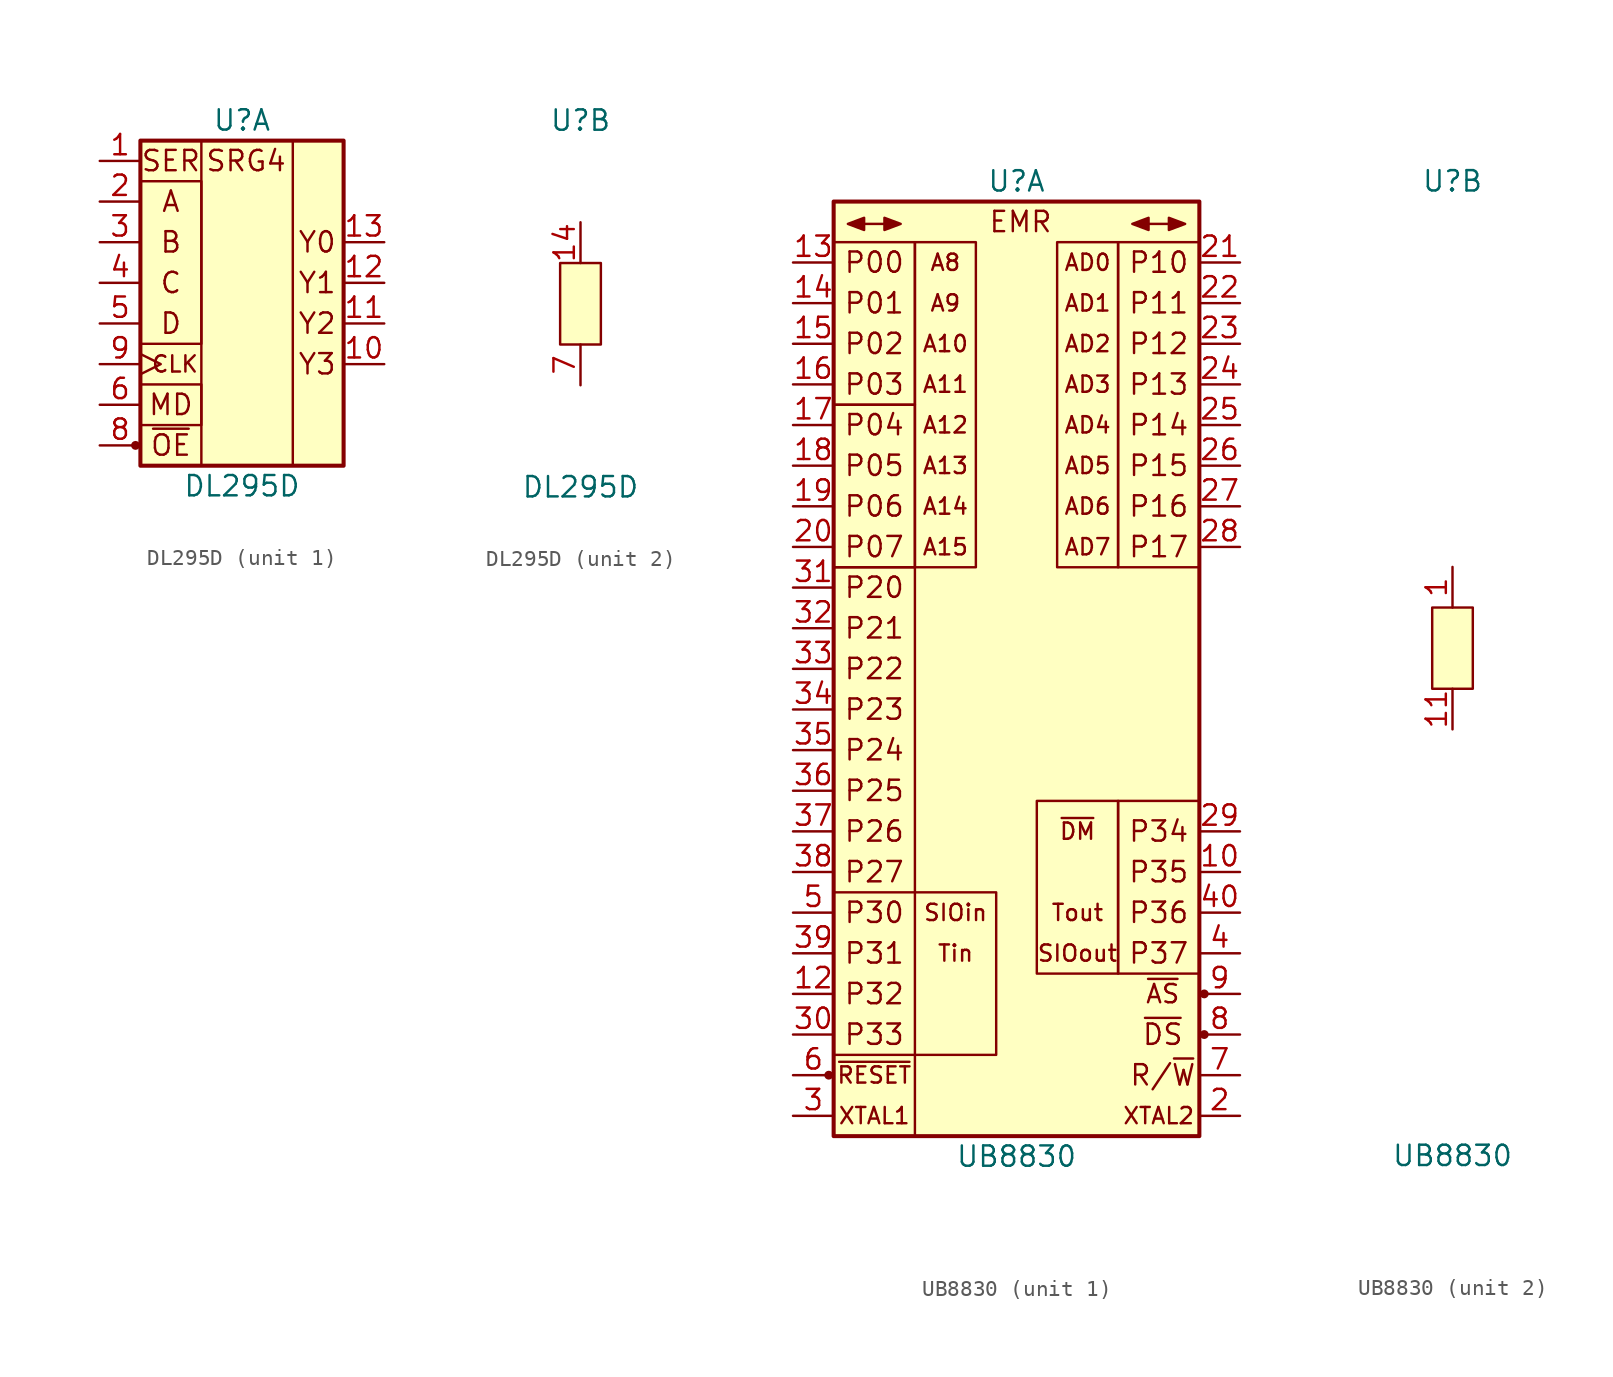
<source format=kicad_sym>
(kicad_symbol_lib
  (version 20211014)
  (generator kicad_symbol_editor)
  (symbol "DL295D"
    (pin_names
      (offset 1.016) hide)
    (property "Reference" "U"
      (at 0 11.43 0)
      (effects (font (size 1.27 1.27))))
    (property "Value" "DL295D"
      (at 0 -11.43 0)
      (effects (font (size 1.27 1.27))))
    (property "ki_locked" ""
      (at 0 0 0)
      (effects (font (size 1.27 1.27))))
    (symbol "DL295D_1_1"
      (circle (center -6.655 -8.89) (radius 0.203) (stroke (width 0) (type default) (color 0 0 0 0)) (fill (type outline)))
      (rectangle (start -6.35 -5.08) (end -2.54 -7.62) (stroke (width 0) (type default) (color 0 0 0 0)) (fill (type none)))
      (rectangle (start -6.35 7.62) (end -2.54 -2.54) (stroke (width 0) (type default) (color 0 0 0 0)) (fill (type none)))
      (rectangle (start -6.35 10.16) (end 6.35 -10.16) (stroke (width 0.254) (type default) (color 0 0 0 0)) (fill (type background)))
      (rectangle (start 3.175 10.16) (end -2.54 -10.16) (stroke (width 0) (type default) (color 0 0 0 0)) (fill (type none)))
      (text "A" (at -4.445 6.35 0) (effects (font (size 1.27 1.27))))
      (text "B" (at -4.445 3.81 0) (effects (font (size 1.27 1.27))))
      (text "C" (at -4.445 1.27 0) (effects (font (size 1.27 1.27))))
      (text "CLK" (at -4.191 -3.81 0) (effects (font (size 1.016 1.016))))
      (text "D" (at -4.445 -1.27 0) (effects (font (size 1.27 1.27))))
      (text "MD" (at -4.445 -6.35 0) (effects (font (size 1.27 1.27))))
      (text "SER" (at -4.445 8.89 0) (effects (font (size 1.27 1.27))))
      (text "SRG4" (at 0.254 8.89 0) (effects (font (size 1.27 1.27))))
      (text "Y0" (at 4.699 3.81 0) (effects (font (size 1.27 1.27))))
      (text "Y1" (at 4.699 1.27 0) (effects (font (size 1.27 1.27))))
      (text "Y2" (at 4.699 -1.27 0) (effects (font (size 1.27 1.27))))
      (text "Y3" (at 4.699 -3.81 0) (effects (font (size 1.27 1.27))))
      (text "~{OE}" (at -4.445 -8.89 0) (effects (font (size 1.27 1.27))))
      (pin input line (at -8.89 8.89 0) (length 2.54) (name "SER" (effects (font (size 1.27 1.27)))) (number "1" (effects (font (size 1.27 1.27)))))
      (pin tri_state line (at 8.89 -3.81 180) (length 2.54) (name "Y3" (effects (font (size 1.27 1.27)))) (number "10" (effects (font (size 1.27 1.27)))))
      (pin tri_state line (at 8.89 -1.27 180) (length 2.54) (name "Y2" (effects (font (size 1.27 1.27)))) (number "11" (effects (font (size 1.27 1.27)))))
      (pin tri_state line (at 8.89 1.27 180) (length 2.54) (name "Y1" (effects (font (size 1.27 1.27)))) (number "12" (effects (font (size 1.27 1.27)))))
      (pin tri_state line (at 8.89 3.81 180) (length 2.54) (name "Y0" (effects (font (size 1.27 1.27)))) (number "13" (effects (font (size 1.27 1.27)))))
      (pin input line (at -8.89 6.35 0) (length 2.54) (name "A" (effects (font (size 1.27 1.27)))) (number "2" (effects (font (size 1.27 1.27)))))
      (pin input line (at -8.89 3.81 0) (length 2.54) (name "B" (effects (font (size 1.27 1.27)))) (number "3" (effects (font (size 1.27 1.27)))))
      (pin input line (at -8.89 1.27 0) (length 2.54) (name "C" (effects (font (size 1.27 1.27)))) (number "4" (effects (font (size 1.27 1.27)))))
      (pin input line (at -8.89 -1.27 0) (length 2.54) (name "D" (effects (font (size 1.27 1.27)))) (number "5" (effects (font (size 1.27 1.27)))))
      (pin input line (at -8.89 -6.35 0) (length 2.54) (name "MODE" (effects (font (size 1.27 1.27)))) (number "6" (effects (font (size 1.27 1.27)))))
      (pin input line (at -8.89 -8.89 0) (length 2.54) (name "~{OE}" (effects (font (size 1.27 1.27)))) (number "8" (effects (font (size 1.27 1.27)))))
      (pin input clock (at -8.89 -3.81 0) (length 2.54) (name "CLK" (effects (font (size 1.27 1.27)))) (number "9" (effects (font (size 1.27 1.27))))))
    (symbol "DL295D_2_1"
      (rectangle (start -1.27 2.54) (end 1.27 -2.54) (stroke (width 0) (type default) (color 0 0 0 0)) (fill (type background)))
      (pin power_in line (at 0 5.08 270) (length 2.54) (name "Vcc" (effects (font (size 1.27 1.27)))) (number "14" (effects (font (size 1.27 1.27)))))
      (pin power_in line (at 0 -5.08 90) (length 2.54) (name "GND" (effects (font (size 1.27 1.27)))) (number "7" (effects (font (size 1.27 1.27)))))))
  (symbol "UB8830"
    (pin_names
      (offset 1.016) hide)
    (property "Reference" "U"
      (at 0 29.21 0)
      (effects (font (size 1.27 1.27))))
    (property "Value" "UB8830"
      (at 0 -31.75 0)
      (effects (font (size 1.27 1.27))))
    (property "ki_locked" ""
      (at 0 0 0)
      (effects (font (size 1.27 1.27))))
    (symbol "UB8830_1_1"
      (circle (center -11.735 -26.67) (radius 0.203) (stroke (width 0) (type default) (color 0 0 0 0)) (fill (type outline)))
      (rectangle (start -11.43 -25.4) (end -6.35 -30.48) (stroke (width 0) (type default) (color 0 0 0 0)) (fill (type none)))
      (rectangle (start -11.43 5.08) (end -6.35 -15.24) (stroke (width 0) (type default) (color 0 0 0 0)) (fill (type none)))
      (rectangle (start -11.43 15.24) (end -6.35 5.08) (stroke (width 0) (type default) (color 0 0 0 0)) (fill (type none)))
      (rectangle (start -11.43 25.4) (end -6.35 15.24) (stroke (width 0) (type default) (color 0 0 0 0)) (fill (type none)))
      (rectangle (start -11.43 27.94) (end 11.43 -30.48) (stroke (width 0.254) (type default) (color 0 0 0 0)) (fill (type background)))
      (rectangle (start -6.35 25.4) (end -2.54 5.08) (stroke (width 0) (type default) (color 0 0 0 0)) (fill (type none)))
      (rectangle (start -1.27 -15.24) (end -6.35 -25.4) (stroke (width 0) (type default) (color 0 0 0 0)) (fill (type none)))
      (polyline (pts (xy -9.525 26.543) (xy -8.255 26.543)) (stroke (width 0) (type default) (color 0 0 0 0)) (fill (type none)))
      (polyline (pts (xy 8.255 26.543) (xy 9.525 26.543)) (stroke (width 0) (type default) (color 0 0 0 0)) (fill (type none)))
      (polyline (pts (xy -9.525 26.924) (xy -10.541 26.543) (xy -9.525 26.162) (xy -9.525 26.924)) (stroke (width 0) (type default) (color 0 0 0 0)) (fill (type outline)))
      (polyline (pts (xy -8.255 26.924) (xy -7.239 26.543) (xy -8.255 26.162) (xy -8.255 26.924)) (stroke (width 0) (type default) (color 0 0 0 0)) (fill (type outline)))
      (polyline (pts (xy 8.255 26.924) (xy 7.239 26.543) (xy 8.255 26.162) (xy 8.255 26.924)) (stroke (width 0) (type default) (color 0 0 0 0)) (fill (type outline)))
      (polyline (pts (xy 9.525 26.924) (xy 10.541 26.543) (xy 9.525 26.162) (xy 9.525 26.924)) (stroke (width 0) (type default) (color 0 0 0 0)) (fill (type outline)))
      (rectangle (start 2.54 25.4) (end 6.35 5.08) (stroke (width 0) (type default) (color 0 0 0 0)) (fill (type none)))
      (rectangle (start 6.35 -20.32) (end 11.43 -9.525) (stroke (width 0) (type default) (color 0 0 0 0)) (fill (type none)))
      (rectangle (start 6.35 -9.525) (end 1.27 -20.32) (stroke (width 0) (type default) (color 0 0 0 0)) (fill (type none)))
      (rectangle (start 6.35 25.4) (end 11.43 5.08) (stroke (width 0) (type default) (color 0 0 0 0)) (fill (type none)))
      (circle (center 11.735 -24.13) (radius 0.203) (stroke (width 0) (type default) (color 0 0 0 0)) (fill (type outline)))
      (circle (center 11.735 -21.59) (radius 0.203) (stroke (width 0) (type default) (color 0 0 0 0)) (fill (type outline)))
      (text "A10" (at -4.445 19.05 0) (effects (font (size 1.016 1.016))))
      (text "A11" (at -4.445 16.51 0) (effects (font (size 1.016 1.016))))
      (text "A12" (at -4.445 13.97 0) (effects (font (size 1.016 1.016))))
      (text "A13" (at -4.445 11.43 0) (effects (font (size 1.016 1.016))))
      (text "A14" (at -4.445 8.89 0) (effects (font (size 1.016 1.016))))
      (text "A15" (at -4.445 6.35 0) (effects (font (size 1.016 1.016))))
      (text "A8" (at -4.445 24.13 0) (effects (font (size 1.016 1.016))))
      (text "A9" (at -4.445 21.59 0) (effects (font (size 1.016 1.016))))
      (text "AD0" (at 4.445 24.13 0) (effects (font (size 1.016 1.016))))
      (text "AD1" (at 4.445 21.59 0) (effects (font (size 1.016 1.016))))
      (text "AD2" (at 4.445 19.05 0) (effects (font (size 1.016 1.016))))
      (text "AD3" (at 4.445 16.51 0) (effects (font (size 1.016 1.016))))
      (text "AD4" (at 4.445 13.97 0) (effects (font (size 1.016 1.016))))
      (text "AD5" (at 4.445 11.43 0) (effects (font (size 1.016 1.016))))
      (text "AD6" (at 4.445 8.89 0) (effects (font (size 1.016 1.016))))
      (text "AD7" (at 4.445 6.35 0) (effects (font (size 1.016 1.016))))
      (text "EMR" (at 0.254 26.67 0) (effects (font (size 1.27 1.27))))
      (text "P00" (at -8.89 24.13 0) (effects (font (size 1.27 1.27))))
      (text "P01" (at -8.89 21.59 0) (effects (font (size 1.27 1.27))))
      (text "P02" (at -8.89 19.05 0) (effects (font (size 1.27 1.27))))
      (text "P03" (at -8.89 16.51 0) (effects (font (size 1.27 1.27))))
      (text "P04" (at -8.89 13.97 0) (effects (font (size 1.27 1.27))))
      (text "P05" (at -8.89 11.43 0) (effects (font (size 1.27 1.27))))
      (text "P06" (at -8.89 8.89 0) (effects (font (size 1.27 1.27))))
      (text "P07" (at -8.89 6.35 0) (effects (font (size 1.27 1.27))))
      (text "P10" (at 8.89 24.13 0) (effects (font (size 1.27 1.27))))
      (text "P11" (at 8.89 21.59 0) (effects (font (size 1.27 1.27))))
      (text "P12" (at 8.89 19.05 0) (effects (font (size 1.27 1.27))))
      (text "P13" (at 8.89 16.51 0) (effects (font (size 1.27 1.27))))
      (text "P14" (at 8.89 13.97 0) (effects (font (size 1.27 1.27))))
      (text "P15" (at 8.89 11.43 0) (effects (font (size 1.27 1.27))))
      (text "P16" (at 8.89 8.89 0) (effects (font (size 1.27 1.27))))
      (text "P17" (at 8.89 6.35 0) (effects (font (size 1.27 1.27))))
      (text "P20" (at -8.89 3.81 0) (effects (font (size 1.27 1.27))))
      (text "P21" (at -8.89 1.27 0) (effects (font (size 1.27 1.27))))
      (text "P22" (at -8.89 -1.27 0) (effects (font (size 1.27 1.27))))
      (text "P23" (at -8.89 -3.81 0) (effects (font (size 1.27 1.27))))
      (text "P24" (at -8.89 -6.35 0) (effects (font (size 1.27 1.27))))
      (text "P25" (at -8.89 -8.89 0) (effects (font (size 1.27 1.27))))
      (text "P26" (at -8.89 -11.43 0) (effects (font (size 1.27 1.27))))
      (text "P27" (at -8.89 -13.97 0) (effects (font (size 1.27 1.27))))
      (text "P30" (at -8.89 -16.51 0) (effects (font (size 1.27 1.27))))
      (text "P31" (at -8.89 -19.05 0) (effects (font (size 1.27 1.27))))
      (text "P32" (at -8.89 -21.59 0) (effects (font (size 1.27 1.27))))
      (text "P33" (at -8.89 -24.13 0) (effects (font (size 1.27 1.27))))
      (text "P34" (at 8.89 -11.43 0) (effects (font (size 1.27 1.27))))
      (text "P35" (at 8.89 -13.97 0) (effects (font (size 1.27 1.27))))
      (text "P36" (at 8.89 -16.51 0) (effects (font (size 1.27 1.27))))
      (text "P37" (at 8.89 -19.05 0) (effects (font (size 1.27 1.27))))
      (text "R/~{W}" (at 9.144 -26.67 0) (effects (font (size 1.27 1.27))))
      (text "SIOin" (at -3.81 -16.51 0) (effects (font (size 1.016 1.016))))
      (text "SIOout" (at 3.81 -19.05 0) (effects (font (size 1.016 1.016))))
      (text "Tin" (at -3.81 -19.05 0) (effects (font (size 1.016 1.016))))
      (text "Tout" (at 3.81 -16.51 0) (effects (font (size 1.016 1.016))))
      (text "XTAL1" (at -8.89 -29.21 0) (effects (font (size 1.016 1.016))))
      (text "XTAL2" (at 8.89 -29.21 0) (effects (font (size 1.016 1.016))))
      (text "~{AS}" (at 9.144 -21.59 0) (effects (font (size 1.143 1.143))))
      (text "~{DM}" (at 3.81 -11.43 0) (effects (font (size 1.016 1.016))))
      (text "~{DS}" (at 9.144 -24.13 0) (effects (font (size 1.27 1.27))))
      (text "~{RESET}" (at -8.89 -26.67 0) (effects (font (size 1.016 1.016))))
      (pin output line (at 13.97 -13.97 180) (length 2.54) (name "P35" (effects (font (size 1.27 1.27)))) (number "10" (effects (font (size 1.27 1.27)))))
      (pin input line (at -13.97 -21.59 0) (length 2.54) (name "P32" (effects (font (size 1.27 1.27)))) (number "12" (effects (font (size 1.27 1.27)))))
      (pin bidirectional line (at -13.97 24.13 0) (length 2.54) (name "P00" (effects (font (size 1.27 1.27)))) (number "13" (effects (font (size 1.27 1.27)))))
      (pin bidirectional line (at -13.97 21.59 0) (length 2.54) (name "P01" (effects (font (size 1.27 1.27)))) (number "14" (effects (font (size 1.27 1.27)))))
      (pin bidirectional line (at -13.97 19.05 0) (length 2.54) (name "P02" (effects (font (size 1.27 1.27)))) (number "15" (effects (font (size 1.27 1.27)))))
      (pin bidirectional line (at -13.97 16.51 0) (length 2.54) (name "P03" (effects (font (size 1.27 1.27)))) (number "16" (effects (font (size 1.27 1.27)))))
      (pin bidirectional line (at -13.97 13.97 0) (length 2.54) (name "P04" (effects (font (size 1.27 1.27)))) (number "17" (effects (font (size 1.27 1.27)))))
      (pin bidirectional line (at -13.97 11.43 0) (length 2.54) (name "P05" (effects (font (size 1.27 1.27)))) (number "18" (effects (font (size 1.27 1.27)))))
      (pin bidirectional line (at -13.97 8.89 0) (length 2.54) (name "P06" (effects (font (size 1.27 1.27)))) (number "19" (effects (font (size 1.27 1.27)))))
      (pin output line (at 13.97 -29.21 180) (length 2.54) (name "XTAL2" (effects (font (size 1.27 1.27)))) (number "2" (effects (font (size 1.27 1.27)))))
      (pin bidirectional line (at -13.97 6.35 0) (length 2.54) (name "P07" (effects (font (size 1.27 1.27)))) (number "20" (effects (font (size 1.27 1.27)))))
      (pin bidirectional line (at 13.97 24.13 180) (length 2.54) (name "P10" (effects (font (size 1.27 1.27)))) (number "21" (effects (font (size 1.27 1.27)))))
      (pin bidirectional line (at 13.97 21.59 180) (length 2.54) (name "P11" (effects (font (size 1.27 1.27)))) (number "22" (effects (font (size 1.27 1.27)))))
      (pin bidirectional line (at 13.97 19.05 180) (length 2.54) (name "P12" (effects (font (size 1.27 1.27)))) (number "23" (effects (font (size 1.27 1.27)))))
      (pin bidirectional line (at 13.97 16.51 180) (length 2.54) (name "P13" (effects (font (size 1.27 1.27)))) (number "24" (effects (font (size 1.27 1.27)))))
      (pin bidirectional line (at 13.97 13.97 180) (length 2.54) (name "P14" (effects (font (size 1.27 1.27)))) (number "25" (effects (font (size 1.27 1.27)))))
      (pin bidirectional line (at 13.97 11.43 180) (length 2.54) (name "P15" (effects (font (size 1.27 1.27)))) (number "26" (effects (font (size 1.27 1.27)))))
      (pin bidirectional line (at 13.97 8.89 180) (length 2.54) (name "P16" (effects (font (size 1.27 1.27)))) (number "27" (effects (font (size 1.27 1.27)))))
      (pin bidirectional line (at 13.97 6.35 180) (length 2.54) (name "P17" (effects (font (size 1.27 1.27)))) (number "28" (effects (font (size 1.27 1.27)))))
      (pin output line (at 13.97 -11.43 180) (length 2.54) (name "P34" (effects (font (size 1.27 1.27)))) (number "29" (effects (font (size 1.27 1.27)))))
      (pin input line (at -13.97 -29.21 0) (length 2.54) (name "XTAL1" (effects (font (size 1.27 1.27)))) (number "3" (effects (font (size 1.27 1.27)))))
      (pin input line (at -13.97 -24.13 0) (length 2.54) (name "P33" (effects (font (size 1.27 1.27)))) (number "30" (effects (font (size 1.27 1.27)))))
      (pin bidirectional line (at -13.97 3.81 0) (length 2.54) (name "P20" (effects (font (size 1.27 1.27)))) (number "31" (effects (font (size 1.27 1.27)))))
      (pin bidirectional line (at -13.97 1.27 0) (length 2.54) (name "P21" (effects (font (size 1.27 1.27)))) (number "32" (effects (font (size 1.27 1.27)))))
      (pin bidirectional line (at -13.97 -1.27 0) (length 2.54) (name "P22" (effects (font (size 1.27 1.27)))) (number "33" (effects (font (size 1.27 1.27)))))
      (pin bidirectional line (at -13.97 -3.81 0) (length 2.54) (name "P23" (effects (font (size 1.27 1.27)))) (number "34" (effects (font (size 1.27 1.27)))))
      (pin bidirectional line (at -13.97 -6.35 0) (length 2.54) (name "P24" (effects (font (size 1.27 1.27)))) (number "35" (effects (font (size 1.27 1.27)))))
      (pin bidirectional line (at -13.97 -8.89 0) (length 2.54) (name "P25" (effects (font (size 1.27 1.27)))) (number "36" (effects (font (size 1.27 1.27)))))
      (pin bidirectional line (at -13.97 -11.43 0) (length 2.54) (name "P26" (effects (font (size 1.27 1.27)))) (number "37" (effects (font (size 1.27 1.27)))))
      (pin bidirectional line (at -13.97 -13.97 0) (length 2.54) (name "P27" (effects (font (size 1.27 1.27)))) (number "38" (effects (font (size 1.27 1.27)))))
      (pin input line (at -13.97 -19.05 0) (length 2.54) (name "P31" (effects (font (size 1.27 1.27)))) (number "39" (effects (font (size 1.27 1.27)))))
      (pin output line (at 13.97 -19.05 180) (length 2.54) (name "P37" (effects (font (size 1.27 1.27)))) (number "4" (effects (font (size 1.27 1.27)))))
      (pin output line (at 13.97 -16.51 180) (length 2.54) (name "P36" (effects (font (size 1.27 1.27)))) (number "40" (effects (font (size 1.27 1.27)))))
      (pin input line (at -13.97 -16.51 0) (length 2.54) (name "P30" (effects (font (size 1.27 1.27)))) (number "5" (effects (font (size 1.27 1.27)))))
      (pin input line (at -13.97 -26.67 0) (length 2.54) (name "~{RESET}" (effects (font (size 1.27 1.27)))) (number "6" (effects (font (size 1.27 1.27)))))
      (pin tri_state line (at 13.97 -26.67 180) (length 2.54) (name "R/~{W}" (effects (font (size 1.27 1.27)))) (number "7" (effects (font (size 1.27 1.27)))))
      (pin tri_state line (at 13.97 -24.13 180) (length 2.54) (name "~{DS}" (effects (font (size 1.27 1.27)))) (number "8" (effects (font (size 1.27 1.27)))))
      (pin tri_state line (at 13.97 -21.59 180) (length 2.54) (name "~{AS}" (effects (font (size 1.27 1.27)))) (number "9" (effects (font (size 1.27 1.27))))))
    (symbol "UB8830_2_1"
      (rectangle (start -1.27 2.54) (end 1.27 -2.54) (stroke (width 0) (type default) (color 0 0 0 0)) (fill (type background)))
      (pin power_in line (at 0 5.08 270) (length 2.54) (name "Vcc" (effects (font (size 1.27 1.27)))) (number "1" (effects (font (size 1.27 1.27)))))
      (pin power_in line (at 0 -5.08 90) (length 2.54) (name "GND" (effects (font (size 1.27 1.27)))) (number "11" (effects (font (size 1.27 1.27))))))))
</source>
